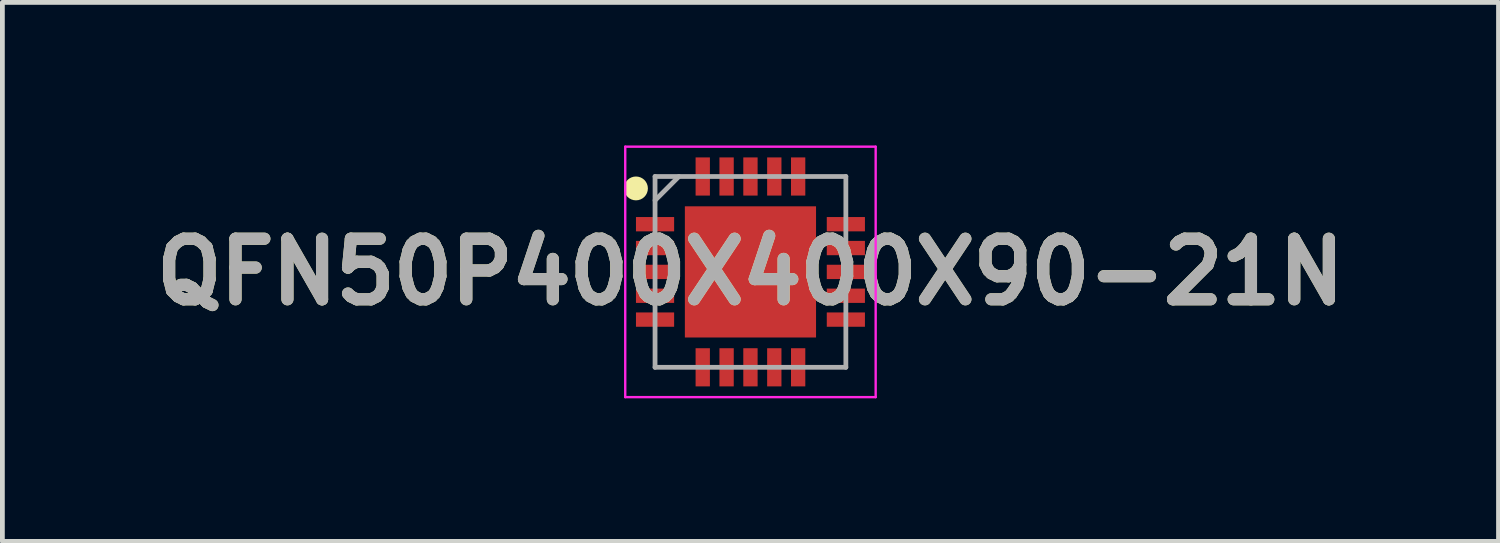
<source format=kicad_pcb>
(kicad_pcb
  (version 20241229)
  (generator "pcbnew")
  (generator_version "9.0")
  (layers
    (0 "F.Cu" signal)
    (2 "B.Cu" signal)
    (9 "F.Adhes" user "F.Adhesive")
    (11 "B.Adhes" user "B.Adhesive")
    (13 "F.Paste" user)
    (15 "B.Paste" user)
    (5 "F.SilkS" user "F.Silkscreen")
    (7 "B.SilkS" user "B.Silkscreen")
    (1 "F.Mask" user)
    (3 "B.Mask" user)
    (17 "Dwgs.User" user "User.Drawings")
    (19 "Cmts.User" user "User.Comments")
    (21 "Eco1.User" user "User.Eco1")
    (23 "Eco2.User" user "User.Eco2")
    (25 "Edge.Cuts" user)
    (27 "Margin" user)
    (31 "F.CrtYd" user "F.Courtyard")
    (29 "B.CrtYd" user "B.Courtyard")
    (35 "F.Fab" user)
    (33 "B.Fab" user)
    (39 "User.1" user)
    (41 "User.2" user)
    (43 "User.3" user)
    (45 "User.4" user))
  (footprint "QFN50P400X400X90-21N"
    (layer "F.Cu")
    (at 12.682 2.65)
    (property "Reference" "QFN50P400X400X90-21N" (at 0 0 0) (layer "F.SilkS") (effects (font (size 1.27 1.27) (thickness 0.254))))
    (attr smd)
    (fp_circle (center -2.4 -1.75) (end -2.4 -1.625) (stroke (width 0.25) (type solid)) (fill no) (layer "F.SilkS"))
    (fp_line (start -2.625 -2.625) (end 2.625 -2.625) (stroke (width 0.05) (type solid)) (layer "F.CrtYd"))
    (fp_line (start -2.625 2.625) (end -2.625 -2.625) (stroke (width 0.05) (type solid)) (layer "F.CrtYd"))
    (fp_line (start 2.625 -2.625) (end 2.625 2.625) (stroke (width 0.05) (type solid)) (layer "F.CrtYd"))
    (fp_line (start 2.625 2.625) (end -2.625 2.625) (stroke (width 0.05) (type solid)) (layer "F.CrtYd"))
    (fp_line (start -2 -2) (end 2 -2) (stroke (width 0.1) (type solid)) (layer "F.Fab"))
    (fp_line (start -2 -1.5) (end -1.5 -2) (stroke (width 0.1) (type solid)) (layer "F.Fab"))
    (fp_line (start -2 2) (end -2 -2) (stroke (width 0.1) (type solid)) (layer "F.Fab"))
    (fp_line (start 2 -2) (end 2 2) (stroke (width 0.1) (type solid)) (layer "F.Fab"))
    (fp_line (start 2 2) (end -2 2) (stroke (width 0.1) (type solid)) (layer "F.Fab"))
    (fp_text user "${REFERENCE}" (at 0 0 0) (layer "F.Fab") (effects (font (size 1.27 1.27) (thickness 0.254))))
    (pad "1" smd rect (at -2 -1 90) (size 0.3 0.8) (layers "F.Cu" "F.Mask" "F.Paste"))
    (pad "2" smd rect (at -2 -0.5 90) (size 0.3 0.8) (layers "F.Cu" "F.Mask" "F.Paste"))
    (pad "3" smd rect (at -2 0 90) (size 0.3 0.8) (layers "F.Cu" "F.Mask" "F.Paste"))
    (pad "4" smd rect (at -2 0.5 90) (size 0.3 0.8) (layers "F.Cu" "F.Mask" "F.Paste"))
    (pad "5" smd rect (at -2 1 90) (size 0.3 0.8) (layers "F.Cu" "F.Mask" "F.Paste"))
    (pad "6" smd rect (at -1 2) (size 0.3 0.8) (layers "F.Cu" "F.Mask" "F.Paste"))
    (pad "7" smd rect (at -0.5 2) (size 0.3 0.8) (layers "F.Cu" "F.Mask" "F.Paste"))
    (pad "8" smd rect (at 0 2) (size 0.3 0.8) (layers "F.Cu" "F.Mask" "F.Paste"))
    (pad "9" smd rect (at 0.5 2) (size 0.3 0.8) (layers "F.Cu" "F.Mask" "F.Paste"))
    (pad "10" smd rect (at 1 2) (size 0.3 0.8) (layers "F.Cu" "F.Mask" "F.Paste"))
    (pad "11" smd rect (at 2 1 90) (size 0.3 0.8) (layers "F.Cu" "F.Mask" "F.Paste"))
    (pad "12" smd rect (at 2 0.5 90) (size 0.3 0.8) (layers "F.Cu" "F.Mask" "F.Paste"))
    (pad "13" smd rect (at 2 0 90) (size 0.3 0.8) (layers "F.Cu" "F.Mask" "F.Paste"))
    (pad "14" smd rect (at 2 -0.5 90) (size 0.3 0.8) (layers "F.Cu" "F.Mask" "F.Paste"))
    (pad "15" smd rect (at 2 -1 90) (size 0.3 0.8) (layers "F.Cu" "F.Mask" "F.Paste"))
    (pad "16" smd rect (at 1 -2) (size 0.3 0.8) (layers "F.Cu" "F.Mask" "F.Paste"))
    (pad "17" smd rect (at 0.5 -2) (size 0.3 0.8) (layers "F.Cu" "F.Mask" "F.Paste"))
    (pad "18" smd rect (at 0 -2) (size 0.3 0.8) (layers "F.Cu" "F.Mask" "F.Paste"))
    (pad "19" smd rect (at -0.5 -2) (size 0.3 0.8) (layers "F.Cu" "F.Mask" "F.Paste"))
    (pad "20" smd rect (at -1 -2) (size 0.3 0.8) (layers "F.Cu" "F.Mask" "F.Paste"))
    (pad "21" smd rect (at 0 0) (size 2.75 2.75) (layers "F.Cu" "F.Mask" "F.Paste")))
  (gr_rect
    (start -3 -3)
    (end 28.364 8.3)
    (stroke (width 0.1) (type default))
    (fill no)
    (layer "Edge.Cuts")))
</source>
